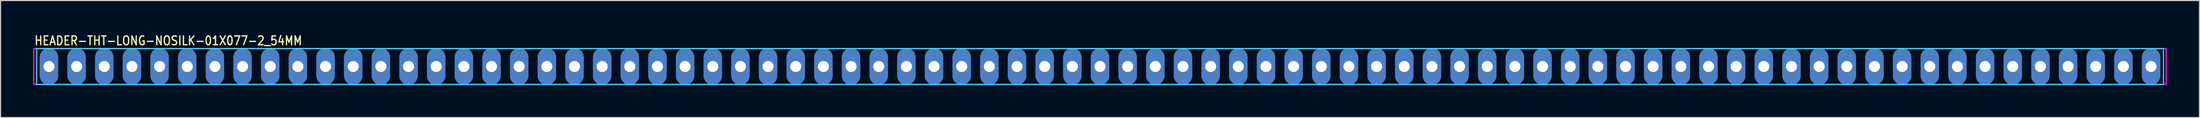
<source format=kicad_pcb>
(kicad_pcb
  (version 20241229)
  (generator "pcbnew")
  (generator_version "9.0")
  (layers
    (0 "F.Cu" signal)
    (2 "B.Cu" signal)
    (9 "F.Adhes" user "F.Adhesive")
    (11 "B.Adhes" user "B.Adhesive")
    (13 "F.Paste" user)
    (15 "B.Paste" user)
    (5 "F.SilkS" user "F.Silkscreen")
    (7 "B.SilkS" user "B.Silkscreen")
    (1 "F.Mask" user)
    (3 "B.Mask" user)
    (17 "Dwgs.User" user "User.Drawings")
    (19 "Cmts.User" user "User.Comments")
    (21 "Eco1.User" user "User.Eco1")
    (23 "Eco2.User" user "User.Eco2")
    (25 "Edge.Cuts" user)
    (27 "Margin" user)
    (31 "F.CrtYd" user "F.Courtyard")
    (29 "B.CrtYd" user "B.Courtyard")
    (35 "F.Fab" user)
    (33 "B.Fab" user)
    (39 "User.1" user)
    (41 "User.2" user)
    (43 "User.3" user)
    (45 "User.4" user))
  (footprint "HEADER-THT-LONG-NOSILK-01X077-2_54MM"
    (layer "F.Cu")
    (at 1.447 3.079)
    (property "Reference" "HEADER-THT-LONG-NOSILK-01X077-2_54MM" (at -1.4 -1.9 0) (unlocked yes) (layer "F.SilkS") (effects (font (size 0.813 0.695) (thickness 0.122)) (justify left bottom)))
    (fp_poly (pts (xy -1.143 -1.651) (xy 194.183 -1.651) (xy 194.183 1.651) (xy -1.143 1.651)) (stroke (width 0.1) (type solid)) (fill no) (layer "B.CrtYd"))
    (fp_poly (pts (xy -1.397 -1.651) (xy 194.437 -1.651) (xy 194.437 1.651) (xy -1.397 1.651)) (stroke (width 0.1) (type solid)) (fill no) (layer "F.CrtYd"))
    (pad "1" thru_hole oval (at 0 0 90) (size 3.387 1.693) (drill 1.016) (layers "*.Cu" "*.Mask"))
    (pad "2" thru_hole oval (at 2.54 0 90) (size 3.387 1.693) (drill 1.016) (layers "*.Cu" "*.Mask"))
    (pad "3" thru_hole oval (at 5.08 0 90) (size 3.387 1.693) (drill 1.016) (layers "*.Cu" "*.Mask"))
    (pad "4" thru_hole oval (at 7.62 0 90) (size 3.387 1.693) (drill 1.016) (layers "*.Cu" "*.Mask"))
    (pad "5" thru_hole oval (at 10.16 0 90) (size 3.387 1.693) (drill 1.016) (layers "*.Cu" "*.Mask"))
    (pad "6" thru_hole oval (at 12.7 0 90) (size 3.387 1.693) (drill 1.016) (layers "*.Cu" "*.Mask"))
    (pad "7" thru_hole oval (at 15.24 0 90) (size 3.387 1.693) (drill 1.016) (layers "*.Cu" "*.Mask"))
    (pad "8" thru_hole oval (at 17.78 0 90) (size 3.387 1.693) (drill 1.016) (layers "*.Cu" "*.Mask"))
    (pad "9" thru_hole oval (at 20.32 0 90) (size 3.387 1.693) (drill 1.016) (layers "*.Cu" "*.Mask"))
    (pad "10" thru_hole oval (at 22.86 0 90) (size 3.387 1.693) (drill 1.016) (layers "*.Cu" "*.Mask"))
    (pad "11" thru_hole oval (at 25.4 0 90) (size 3.387 1.693) (drill 1.016) (layers "*.Cu" "*.Mask"))
    (pad "12" thru_hole oval (at 27.94 0 90) (size 3.387 1.693) (drill 1.016) (layers "*.Cu" "*.Mask"))
    (pad "13" thru_hole oval (at 30.48 0 90) (size 3.387 1.693) (drill 1.016) (layers "*.Cu" "*.Mask"))
    (pad "14" thru_hole oval (at 33.02 0 90) (size 3.387 1.693) (drill 1.016) (layers "*.Cu" "*.Mask"))
    (pad "15" thru_hole oval (at 35.56 0 90) (size 3.387 1.693) (drill 1.016) (layers "*.Cu" "*.Mask"))
    (pad "16" thru_hole oval (at 38.1 0 90) (size 3.387 1.693) (drill 1.016) (layers "*.Cu" "*.Mask"))
    (pad "17" thru_hole oval (at 40.64 0 90) (size 3.387 1.693) (drill 1.016) (layers "*.Cu" "*.Mask"))
    (pad "18" thru_hole oval (at 43.18 0 90) (size 3.387 1.693) (drill 1.016) (layers "*.Cu" "*.Mask"))
    (pad "19" thru_hole oval (at 45.72 0 90) (size 3.387 1.693) (drill 1.016) (layers "*.Cu" "*.Mask"))
    (pad "20" thru_hole oval (at 48.26 0 90) (size 3.387 1.693) (drill 1.016) (layers "*.Cu" "*.Mask"))
    (pad "21" thru_hole oval (at 50.8 0 90) (size 3.387 1.693) (drill 1.016) (layers "*.Cu" "*.Mask"))
    (pad "22" thru_hole oval (at 53.34 0 90) (size 3.387 1.693) (drill 1.016) (layers "*.Cu" "*.Mask"))
    (pad "23" thru_hole oval (at 55.88 0 90) (size 3.387 1.693) (drill 1.016) (layers "*.Cu" "*.Mask"))
    (pad "24" thru_hole oval (at 58.42 0 90) (size 3.387 1.693) (drill 1.016) (layers "*.Cu" "*.Mask"))
    (pad "25" thru_hole oval (at 60.96 0 90) (size 3.387 1.693) (drill 1.016) (layers "*.Cu" "*.Mask"))
    (pad "26" thru_hole oval (at 63.5 0 90) (size 3.387 1.693) (drill 1.016) (layers "*.Cu" "*.Mask"))
    (pad "27" thru_hole oval (at 66.04 0 90) (size 3.387 1.693) (drill 1.016) (layers "*.Cu" "*.Mask"))
    (pad "28" thru_hole oval (at 68.58 0 90) (size 3.387 1.693) (drill 1.016) (layers "*.Cu" "*.Mask"))
    (pad "29" thru_hole oval (at 71.12 0 90) (size 3.387 1.693) (drill 1.016) (layers "*.Cu" "*.Mask"))
    (pad "30" thru_hole oval (at 73.66 0 90) (size 3.387 1.693) (drill 1.016) (layers "*.Cu" "*.Mask"))
    (pad "31" thru_hole oval (at 76.2 0 90) (size 3.387 1.693) (drill 1.016) (layers "*.Cu" "*.Mask"))
    (pad "32" thru_hole oval (at 78.74 0 90) (size 3.387 1.693) (drill 1.016) (layers "*.Cu" "*.Mask"))
    (pad "33" thru_hole oval (at 81.28 0 90) (size 3.387 1.693) (drill 1.016) (layers "*.Cu" "*.Mask"))
    (pad "34" thru_hole oval (at 83.82 0 90) (size 3.387 1.693) (drill 1.016) (layers "*.Cu" "*.Mask"))
    (pad "35" thru_hole oval (at 86.36 0 90) (size 3.387 1.693) (drill 1.016) (layers "*.Cu" "*.Mask"))
    (pad "36" thru_hole oval (at 88.9 0 90) (size 3.387 1.693) (drill 1.016) (layers "*.Cu" "*.Mask"))
    (pad "37" thru_hole oval (at 91.44 0 90) (size 3.387 1.693) (drill 1.016) (layers "*.Cu" "*.Mask"))
    (pad "38" thru_hole oval (at 93.98 0 90) (size 3.387 1.693) (drill 1.016) (layers "*.Cu" "*.Mask"))
    (pad "39" thru_hole oval (at 96.52 0 90) (size 3.387 1.693) (drill 1.016) (layers "*.Cu" "*.Mask"))
    (pad "40" thru_hole oval (at 99.06 0 90) (size 3.387 1.693) (drill 1.016) (layers "*.Cu" "*.Mask"))
    (pad "41" thru_hole oval (at 101.6 0 90) (size 3.387 1.693) (drill 1.016) (layers "*.Cu" "*.Mask"))
    (pad "42" thru_hole oval (at 104.14 0 90) (size 3.387 1.693) (drill 1.016) (layers "*.Cu" "*.Mask"))
    (pad "43" thru_hole oval (at 106.68 0 90) (size 3.387 1.693) (drill 1.016) (layers "*.Cu" "*.Mask"))
    (pad "44" thru_hole oval (at 109.22 0 90) (size 3.387 1.693) (drill 1.016) (layers "*.Cu" "*.Mask"))
    (pad "45" thru_hole oval (at 111.76 0 90) (size 3.387 1.693) (drill 1.016) (layers "*.Cu" "*.Mask"))
    (pad "46" thru_hole oval (at 114.3 0 90) (size 3.387 1.693) (drill 1.016) (layers "*.Cu" "*.Mask"))
    (pad "47" thru_hole oval (at 116.84 0 90) (size 3.387 1.693) (drill 1.016) (layers "*.Cu" "*.Mask"))
    (pad "48" thru_hole oval (at 119.38 0 90) (size 3.387 1.693) (drill 1.016) (layers "*.Cu" "*.Mask"))
    (pad "49" thru_hole oval (at 121.92 0 90) (size 3.387 1.693) (drill 1.016) (layers "*.Cu" "*.Mask"))
    (pad "50" thru_hole oval (at 124.46 0 90) (size 3.387 1.693) (drill 1.016) (layers "*.Cu" "*.Mask"))
    (pad "51" thru_hole oval (at 127 0 90) (size 3.387 1.693) (drill 1.016) (layers "*.Cu" "*.Mask"))
    (pad "52" thru_hole oval (at 129.54 0 90) (size 3.387 1.693) (drill 1.016) (layers "*.Cu" "*.Mask"))
    (pad "53" thru_hole oval (at 132.08 0 90) (size 3.387 1.693) (drill 1.016) (layers "*.Cu" "*.Mask"))
    (pad "54" thru_hole oval (at 134.62 0 90) (size 3.387 1.693) (drill 1.016) (layers "*.Cu" "*.Mask"))
    (pad "55" thru_hole oval (at 137.16 0 90) (size 3.387 1.693) (drill 1.016) (layers "*.Cu" "*.Mask"))
    (pad "56" thru_hole oval (at 139.7 0 90) (size 3.387 1.693) (drill 1.016) (layers "*.Cu" "*.Mask"))
    (pad "57" thru_hole oval (at 142.24 0 90) (size 3.387 1.693) (drill 1.016) (layers "*.Cu" "*.Mask"))
    (pad "58" thru_hole oval (at 144.78 0 90) (size 3.387 1.693) (drill 1.016) (layers "*.Cu" "*.Mask"))
    (pad "59" thru_hole oval (at 147.32 0 90) (size 3.387 1.693) (drill 1.016) (layers "*.Cu" "*.Mask"))
    (pad "60" thru_hole oval (at 149.86 0 90) (size 3.387 1.693) (drill 1.016) (layers "*.Cu" "*.Mask"))
    (pad "61" thru_hole oval (at 152.4 0 90) (size 3.387 1.693) (drill 1.016) (layers "*.Cu" "*.Mask"))
    (pad "62" thru_hole oval (at 154.94 0 90) (size 3.387 1.693) (drill 1.016) (layers "*.Cu" "*.Mask"))
    (pad "63" thru_hole oval (at 157.48 0 90) (size 3.387 1.693) (drill 1.016) (layers "*.Cu" "*.Mask"))
    (pad "64" thru_hole oval (at 160.02 0 90) (size 3.387 1.693) (drill 1.016) (layers "*.Cu" "*.Mask"))
    (pad "65" thru_hole oval (at 162.56 0 90) (size 3.387 1.693) (drill 1.016) (layers "*.Cu" "*.Mask"))
    (pad "66" thru_hole oval (at 165.1 0 90) (size 3.387 1.693) (drill 1.016) (layers "*.Cu" "*.Mask"))
    (pad "67" thru_hole oval (at 167.64 0 90) (size 3.387 1.693) (drill 1.016) (layers "*.Cu" "*.Mask"))
    (pad "68" thru_hole oval (at 170.18 0 90) (size 3.387 1.693) (drill 1.016) (layers "*.Cu" "*.Mask"))
    (pad "69" thru_hole oval (at 172.72 0 90) (size 3.387 1.693) (drill 1.016) (layers "*.Cu" "*.Mask"))
    (pad "70" thru_hole oval (at 175.26 0 90) (size 3.387 1.693) (drill 1.016) (layers "*.Cu" "*.Mask"))
    (pad "71" thru_hole oval (at 177.8 0 90) (size 3.387 1.693) (drill 1.016) (layers "*.Cu" "*.Mask"))
    (pad "72" thru_hole oval (at 180.34 0 90) (size 3.387 1.693) (drill 1.016) (layers "*.Cu" "*.Mask"))
    (pad "73" thru_hole oval (at 182.88 0 90) (size 3.387 1.693) (drill 1.016) (layers "*.Cu" "*.Mask"))
    (pad "74" thru_hole oval (at 185.42 0 90) (size 3.387 1.693) (drill 1.016) (layers "*.Cu" "*.Mask"))
    (pad "75" thru_hole oval (at 187.96 0 90) (size 3.387 1.693) (drill 1.016) (layers "*.Cu" "*.Mask"))
    (pad "76" thru_hole oval (at 190.5 0 90) (size 3.387 1.693) (drill 1.016) (layers "*.Cu" "*.Mask"))
    (pad "77" thru_hole oval (at 193.04 0 90) (size 3.387 1.693) (drill 1.016) (layers "*.Cu" "*.Mask")))
  (gr_rect
    (start -3 -3)
    (end 198.934 7.78)
    (stroke (width 0.1) (type default))
    (fill no)
    (layer "Edge.Cuts")))
</source>
